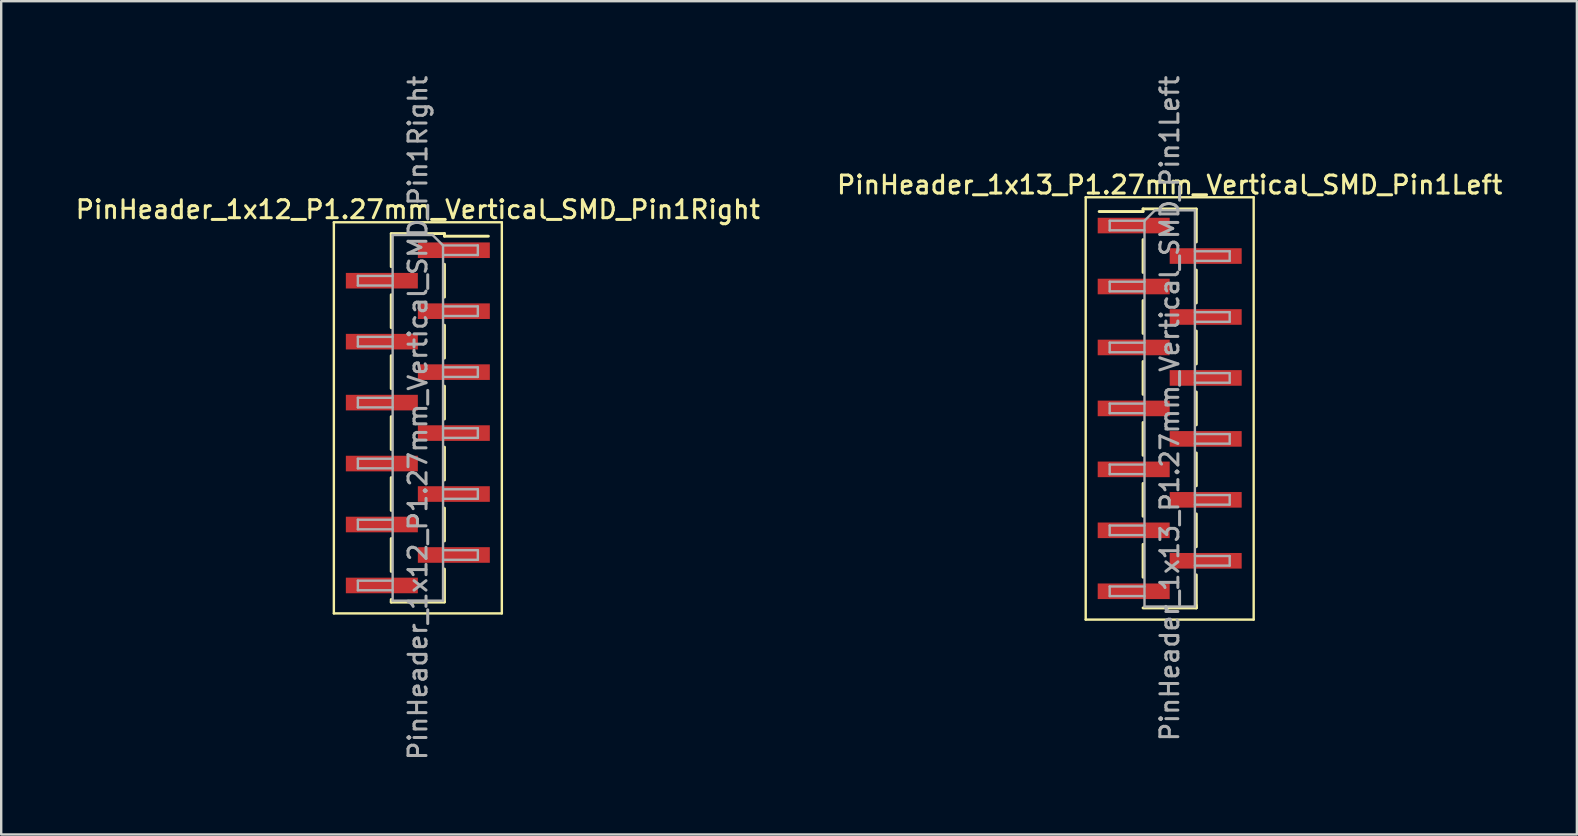
<source format=kicad_pcb>
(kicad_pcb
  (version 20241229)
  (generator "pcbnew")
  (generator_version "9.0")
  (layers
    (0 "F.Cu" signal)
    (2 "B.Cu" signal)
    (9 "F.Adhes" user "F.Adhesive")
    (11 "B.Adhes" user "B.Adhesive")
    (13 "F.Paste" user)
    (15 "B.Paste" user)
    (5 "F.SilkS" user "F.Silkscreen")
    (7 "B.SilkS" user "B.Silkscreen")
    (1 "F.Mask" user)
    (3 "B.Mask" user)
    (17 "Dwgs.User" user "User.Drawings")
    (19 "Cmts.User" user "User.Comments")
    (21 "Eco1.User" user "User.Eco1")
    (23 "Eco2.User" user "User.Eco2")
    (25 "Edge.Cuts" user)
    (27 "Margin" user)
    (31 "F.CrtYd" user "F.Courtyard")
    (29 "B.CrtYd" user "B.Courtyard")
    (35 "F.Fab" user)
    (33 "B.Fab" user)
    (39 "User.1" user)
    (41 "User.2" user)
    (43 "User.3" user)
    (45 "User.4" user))
  (footprint "PinHeader_1x13_P1.27mm_Vertical_SMD_Pin1Left"
    (layer "F.Cu")
    (at 45.695 13.97)
    (property "Reference" "PinHeader_1x13_P1.27mm_Vertical_SMD_Pin1Left" (at 0 -9.315 0) (layer "F.SilkS") (effects (font (size 0.75 0.75) (thickness 0.125))))
    (attr smd)
    (fp_line (start -3.5 -8.8) (end -3.5 8.8) (stroke (width 0.1) (type solid)) (layer "F.SilkS"))
    (fp_line (start -3.5 8.8) (end 3.5 8.8) (stroke (width 0.1) (type solid)) (layer "F.SilkS"))
    (fp_line (start -1.11 -8.315) (end -1.11 -8.205) (stroke (width 0.12) (type solid)) (layer "F.SilkS"))
    (fp_line (start -1.11 -8.315) (end 1.11 -8.315) (stroke (width 0.12) (type solid)) (layer "F.SilkS"))
    (fp_line (start -1.11 -8.205) (end -2.94 -8.205) (stroke (width 0.12) (type solid)) (layer "F.SilkS"))
    (fp_line (start -1.11 -7.035) (end -1.11 -5.665) (stroke (width 0.12) (type solid)) (layer "F.SilkS"))
    (fp_line (start -1.11 -4.495) (end -1.11 -3.125) (stroke (width 0.12) (type solid)) (layer "F.SilkS"))
    (fp_line (start -1.11 -1.955) (end -1.11 -0.585) (stroke (width 0.12) (type solid)) (layer "F.SilkS"))
    (fp_line (start -1.11 0.585) (end -1.11 1.955) (stroke (width 0.12) (type solid)) (layer "F.SilkS"))
    (fp_line (start -1.11 3.125) (end -1.11 4.495) (stroke (width 0.12) (type solid)) (layer "F.SilkS"))
    (fp_line (start -1.11 5.665) (end -1.11 7.035) (stroke (width 0.12) (type solid)) (layer "F.SilkS"))
    (fp_line (start -1.11 8.315) (end 1.11 8.315) (stroke (width 0.12) (type solid)) (layer "F.SilkS"))
    (fp_line (start 1.11 -8.305) (end 1.11 -6.935) (stroke (width 0.12) (type solid)) (layer "F.SilkS"))
    (fp_line (start 1.11 -5.765) (end 1.11 -4.395) (stroke (width 0.12) (type solid)) (layer "F.SilkS"))
    (fp_line (start 1.11 -3.225) (end 1.11 -1.855) (stroke (width 0.12) (type solid)) (layer "F.SilkS"))
    (fp_line (start 1.11 -0.685) (end 1.11 0.685) (stroke (width 0.12) (type solid)) (layer "F.SilkS"))
    (fp_line (start 1.11 1.855) (end 1.11 3.225) (stroke (width 0.12) (type solid)) (layer "F.SilkS"))
    (fp_line (start 1.11 4.395) (end 1.11 5.765) (stroke (width 0.12) (type solid)) (layer "F.SilkS"))
    (fp_line (start 1.11 6.935) (end 1.11 8.305) (stroke (width 0.12) (type solid)) (layer "F.SilkS"))
    (fp_line (start 1.11 8.205) (end 1.11 8.315) (stroke (width 0.12) (type solid)) (layer "F.SilkS"))
    (fp_line (start 3.5 -8.8) (end -3.5 -8.8) (stroke (width 0.1) (type solid)) (layer "F.SilkS"))
    (fp_line (start 3.5 8.8) (end 3.5 -8.8) (stroke (width 0.1) (type solid)) (layer "F.SilkS"))
    (fp_line (start -2.5 -7.82) (end -2.5 -7.42) (stroke (width 0.1) (type solid)) (layer "F.Fab"))
    (fp_line (start -2.5 -7.42) (end -1.05 -7.42) (stroke (width 0.1) (type solid)) (layer "F.Fab"))
    (fp_line (start -2.5 -5.28) (end -2.5 -4.88) (stroke (width 0.1) (type solid)) (layer "F.Fab"))
    (fp_line (start -2.5 -4.88) (end -1.05 -4.88) (stroke (width 0.1) (type solid)) (layer "F.Fab"))
    (fp_line (start -2.5 -2.74) (end -2.5 -2.34) (stroke (width 0.1) (type solid)) (layer "F.Fab"))
    (fp_line (start -2.5 -2.34) (end -1.05 -2.34) (stroke (width 0.1) (type solid)) (layer "F.Fab"))
    (fp_line (start -2.5 -0.2) (end -2.5 0.2) (stroke (width 0.1) (type solid)) (layer "F.Fab"))
    (fp_line (start -2.5 0.2) (end -1.05 0.2) (stroke (width 0.1) (type solid)) (layer "F.Fab"))
    (fp_line (start -2.5 2.34) (end -2.5 2.74) (stroke (width 0.1) (type solid)) (layer "F.Fab"))
    (fp_line (start -2.5 2.74) (end -1.05 2.74) (stroke (width 0.1) (type solid)) (layer "F.Fab"))
    (fp_line (start -2.5 4.88) (end -2.5 5.28) (stroke (width 0.1) (type solid)) (layer "F.Fab"))
    (fp_line (start -2.5 5.28) (end -1.05 5.28) (stroke (width 0.1) (type solid)) (layer "F.Fab"))
    (fp_line (start -2.5 7.42) (end -2.5 7.82) (stroke (width 0.1) (type solid)) (layer "F.Fab"))
    (fp_line (start -2.5 7.82) (end -1.05 7.82) (stroke (width 0.1) (type solid)) (layer "F.Fab"))
    (fp_line (start -1.05 -7.82) (end -2.5 -7.82) (stroke (width 0.1) (type solid)) (layer "F.Fab"))
    (fp_line (start -1.05 -7.82) (end -0.615 -8.255) (stroke (width 0.1) (type solid)) (layer "F.Fab"))
    (fp_line (start -1.05 -5.28) (end -2.5 -5.28) (stroke (width 0.1) (type solid)) (layer "F.Fab"))
    (fp_line (start -1.05 -2.74) (end -2.5 -2.74) (stroke (width 0.1) (type solid)) (layer "F.Fab"))
    (fp_line (start -1.05 -0.2) (end -2.5 -0.2) (stroke (width 0.1) (type solid)) (layer "F.Fab"))
    (fp_line (start -1.05 2.34) (end -2.5 2.34) (stroke (width 0.1) (type solid)) (layer "F.Fab"))
    (fp_line (start -1.05 4.88) (end -2.5 4.88) (stroke (width 0.1) (type solid)) (layer "F.Fab"))
    (fp_line (start -1.05 7.42) (end -2.5 7.42) (stroke (width 0.1) (type solid)) (layer "F.Fab"))
    (fp_line (start -1.05 8.255) (end -1.05 -7.82) (stroke (width 0.1) (type solid)) (layer "F.Fab"))
    (fp_line (start -0.615 -8.255) (end 1.05 -8.255) (stroke (width 0.1) (type solid)) (layer "F.Fab"))
    (fp_line (start 1.05 -8.255) (end 1.05 8.255) (stroke (width 0.1) (type solid)) (layer "F.Fab"))
    (fp_line (start 1.05 -6.55) (end 2.5 -6.55) (stroke (width 0.1) (type solid)) (layer "F.Fab"))
    (fp_line (start 1.05 -4.01) (end 2.5 -4.01) (stroke (width 0.1) (type solid)) (layer "F.Fab"))
    (fp_line (start 1.05 -1.47) (end 2.5 -1.47) (stroke (width 0.1) (type solid)) (layer "F.Fab"))
    (fp_line (start 1.05 1.07) (end 2.5 1.07) (stroke (width 0.1) (type solid)) (layer "F.Fab"))
    (fp_line (start 1.05 3.61) (end 2.5 3.61) (stroke (width 0.1) (type solid)) (layer "F.Fab"))
    (fp_line (start 1.05 6.15) (end 2.5 6.15) (stroke (width 0.1) (type solid)) (layer "F.Fab"))
    (fp_line (start 1.05 8.255) (end -1.05 8.255) (stroke (width 0.1) (type solid)) (layer "F.Fab"))
    (fp_line (start 2.5 -6.55) (end 2.5 -6.15) (stroke (width 0.1) (type solid)) (layer "F.Fab"))
    (fp_line (start 2.5 -6.15) (end 1.05 -6.15) (stroke (width 0.1) (type solid)) (layer "F.Fab"))
    (fp_line (start 2.5 -4.01) (end 2.5 -3.61) (stroke (width 0.1) (type solid)) (layer "F.Fab"))
    (fp_line (start 2.5 -3.61) (end 1.05 -3.61) (stroke (width 0.1) (type solid)) (layer "F.Fab"))
    (fp_line (start 2.5 -1.47) (end 2.5 -1.07) (stroke (width 0.1) (type solid)) (layer "F.Fab"))
    (fp_line (start 2.5 -1.07) (end 1.05 -1.07) (stroke (width 0.1) (type solid)) (layer "F.Fab"))
    (fp_line (start 2.5 1.07) (end 2.5 1.47) (stroke (width 0.1) (type solid)) (layer "F.Fab"))
    (fp_line (start 2.5 1.47) (end 1.05 1.47) (stroke (width 0.1) (type solid)) (layer "F.Fab"))
    (fp_line (start 2.5 3.61) (end 2.5 4.01) (stroke (width 0.1) (type solid)) (layer "F.Fab"))
    (fp_line (start 2.5 4.01) (end 1.05 4.01) (stroke (width 0.1) (type solid)) (layer "F.Fab"))
    (fp_line (start 2.5 6.15) (end 2.5 6.55) (stroke (width 0.1) (type solid)) (layer "F.Fab"))
    (fp_line (start 2.5 6.55) (end 1.05 6.55) (stroke (width 0.1) (type solid)) (layer "F.Fab"))
    (fp_text user "${REFERENCE}" (at 0 0 90) (layer "F.Fab") (effects (font (size 0.75 0.75) (thickness 0.125))))
    (pad "1" smd rect (at -1.5 -7.62) (size 3 0.65) (layers "F.Cu" "F.Mask" "F.Paste"))
    (pad "2" smd rect (at 1.5 -6.35) (size 3 0.65) (layers "F.Cu" "F.Mask" "F.Paste"))
    (pad "3" smd rect (at -1.5 -5.08) (size 3 0.65) (layers "F.Cu" "F.Mask" "F.Paste"))
    (pad "4" smd rect (at 1.5 -3.81) (size 3 0.65) (layers "F.Cu" "F.Mask" "F.Paste"))
    (pad "5" smd rect (at -1.5 -2.54) (size 3 0.65) (layers "F.Cu" "F.Mask" "F.Paste"))
    (pad "6" smd rect (at 1.5 -1.27) (size 3 0.65) (layers "F.Cu" "F.Mask" "F.Paste"))
    (pad "7" smd rect (at -1.5 0) (size 3 0.65) (layers "F.Cu" "F.Mask" "F.Paste"))
    (pad "8" smd rect (at 1.5 1.27) (size 3 0.65) (layers "F.Cu" "F.Mask" "F.Paste"))
    (pad "9" smd rect (at -1.5 2.54) (size 3 0.65) (layers "F.Cu" "F.Mask" "F.Paste"))
    (pad "10" smd rect (at 1.5 3.81) (size 3 0.65) (layers "F.Cu" "F.Mask" "F.Paste"))
    (pad "11" smd rect (at -1.5 5.08) (size 3 0.65) (layers "F.Cu" "F.Mask" "F.Paste"))
    (pad "12" smd rect (at 1.5 6.35) (size 3 0.65) (layers "F.Cu" "F.Mask" "F.Paste"))
    (pad "13" smd rect (at -1.5 7.62) (size 3 0.65) (layers "F.Cu" "F.Mask" "F.Paste")))
  (footprint "PinHeader_1x12_P1.27mm_Vertical_SMD_Pin1Right"
    (layer "F.Cu")
    (at 14.363 14.363)
    (property "Reference" "PinHeader_1x12_P1.27mm_Vertical_SMD_Pin1Right" (at 0 -8.68 0) (layer "F.SilkS") (effects (font (size 0.75 0.75) (thickness 0.125))))
    (attr smd)
    (fp_line (start -3.5 -8.15) (end -3.5 8.15) (stroke (width 0.1) (type solid)) (layer "F.SilkS"))
    (fp_line (start -3.5 8.15) (end 3.5 8.15) (stroke (width 0.1) (type solid)) (layer "F.SilkS"))
    (fp_line (start -1.11 -7.68) (end 1.11 -7.68) (stroke (width 0.12) (type solid)) (layer "F.SilkS"))
    (fp_line (start -1.11 -7.67) (end -1.11 -6.3) (stroke (width 0.12) (type solid)) (layer "F.SilkS"))
    (fp_line (start -1.11 -5.13) (end -1.11 -3.76) (stroke (width 0.12) (type solid)) (layer "F.SilkS"))
    (fp_line (start -1.11 -2.59) (end -1.11 -1.22) (stroke (width 0.12) (type solid)) (layer "F.SilkS"))
    (fp_line (start -1.11 -0.05) (end -1.11 1.32) (stroke (width 0.12) (type solid)) (layer "F.SilkS"))
    (fp_line (start -1.11 2.49) (end -1.11 3.86) (stroke (width 0.12) (type solid)) (layer "F.SilkS"))
    (fp_line (start -1.11 5.03) (end -1.11 6.4) (stroke (width 0.12) (type solid)) (layer "F.SilkS"))
    (fp_line (start -1.11 7.57) (end -1.11 7.68) (stroke (width 0.12) (type solid)) (layer "F.SilkS"))
    (fp_line (start -1.11 7.68) (end 1.11 7.68) (stroke (width 0.12) (type solid)) (layer "F.SilkS"))
    (fp_line (start 1.11 -7.68) (end 1.11 -7.57) (stroke (width 0.12) (type solid)) (layer "F.SilkS"))
    (fp_line (start 1.11 -7.57) (end 2.94 -7.57) (stroke (width 0.12) (type solid)) (layer "F.SilkS"))
    (fp_line (start 1.11 -6.4) (end 1.11 -5.03) (stroke (width 0.12) (type solid)) (layer "F.SilkS"))
    (fp_line (start 1.11 -3.86) (end 1.11 -2.49) (stroke (width 0.12) (type solid)) (layer "F.SilkS"))
    (fp_line (start 1.11 -1.32) (end 1.11 0.05) (stroke (width 0.12) (type solid)) (layer "F.SilkS"))
    (fp_line (start 1.11 1.22) (end 1.11 2.59) (stroke (width 0.12) (type solid)) (layer "F.SilkS"))
    (fp_line (start 1.11 3.76) (end 1.11 5.13) (stroke (width 0.12) (type solid)) (layer "F.SilkS"))
    (fp_line (start 1.11 6.3) (end 1.11 7.67) (stroke (width 0.12) (type solid)) (layer "F.SilkS"))
    (fp_line (start 3.5 -8.15) (end -3.5 -8.15) (stroke (width 0.1) (type solid)) (layer "F.SilkS"))
    (fp_line (start 3.5 8.15) (end 3.5 -8.15) (stroke (width 0.1) (type solid)) (layer "F.SilkS"))
    (fp_line (start -2.5 -5.915) (end -2.5 -5.515) (stroke (width 0.1) (type solid)) (layer "F.Fab"))
    (fp_line (start -2.5 -5.515) (end -1.05 -5.515) (stroke (width 0.1) (type solid)) (layer "F.Fab"))
    (fp_line (start -2.5 -3.375) (end -2.5 -2.975) (stroke (width 0.1) (type solid)) (layer "F.Fab"))
    (fp_line (start -2.5 -2.975) (end -1.05 -2.975) (stroke (width 0.1) (type solid)) (layer "F.Fab"))
    (fp_line (start -2.5 -0.835) (end -2.5 -0.435) (stroke (width 0.1) (type solid)) (layer "F.Fab"))
    (fp_line (start -2.5 -0.435) (end -1.05 -0.435) (stroke (width 0.1) (type solid)) (layer "F.Fab"))
    (fp_line (start -2.5 1.705) (end -2.5 2.105) (stroke (width 0.1) (type solid)) (layer "F.Fab"))
    (fp_line (start -2.5 2.105) (end -1.05 2.105) (stroke (width 0.1) (type solid)) (layer "F.Fab"))
    (fp_line (start -2.5 4.245) (end -2.5 4.645) (stroke (width 0.1) (type solid)) (layer "F.Fab"))
    (fp_line (start -2.5 4.645) (end -1.05 4.645) (stroke (width 0.1) (type solid)) (layer "F.Fab"))
    (fp_line (start -2.5 6.785) (end -2.5 7.185) (stroke (width 0.1) (type solid)) (layer "F.Fab"))
    (fp_line (start -2.5 7.185) (end -1.05 7.185) (stroke (width 0.1) (type solid)) (layer "F.Fab"))
    (fp_line (start -1.05 -7.62) (end -1.05 7.62) (stroke (width 0.1) (type solid)) (layer "F.Fab"))
    (fp_line (start -1.05 -7.62) (end 0.615 -7.62) (stroke (width 0.1) (type solid)) (layer "F.Fab"))
    (fp_line (start -1.05 -5.915) (end -2.5 -5.915) (stroke (width 0.1) (type solid)) (layer "F.Fab"))
    (fp_line (start -1.05 -3.375) (end -2.5 -3.375) (stroke (width 0.1) (type solid)) (layer "F.Fab"))
    (fp_line (start -1.05 -0.835) (end -2.5 -0.835) (stroke (width 0.1) (type solid)) (layer "F.Fab"))
    (fp_line (start -1.05 1.705) (end -2.5 1.705) (stroke (width 0.1) (type solid)) (layer "F.Fab"))
    (fp_line (start -1.05 4.245) (end -2.5 4.245) (stroke (width 0.1) (type solid)) (layer "F.Fab"))
    (fp_line (start -1.05 6.785) (end -2.5 6.785) (stroke (width 0.1) (type solid)) (layer "F.Fab"))
    (fp_line (start 1.05 -7.185) (end 0.615 -7.62) (stroke (width 0.1) (type solid)) (layer "F.Fab"))
    (fp_line (start 1.05 -7.185) (end 2.5 -7.185) (stroke (width 0.1) (type solid)) (layer "F.Fab"))
    (fp_line (start 1.05 -4.645) (end 2.5 -4.645) (stroke (width 0.1) (type solid)) (layer "F.Fab"))
    (fp_line (start 1.05 -2.105) (end 2.5 -2.105) (stroke (width 0.1) (type solid)) (layer "F.Fab"))
    (fp_line (start 1.05 0.435) (end 2.5 0.435) (stroke (width 0.1) (type solid)) (layer "F.Fab"))
    (fp_line (start 1.05 2.975) (end 2.5 2.975) (stroke (width 0.1) (type solid)) (layer "F.Fab"))
    (fp_line (start 1.05 5.515) (end 2.5 5.515) (stroke (width 0.1) (type solid)) (layer "F.Fab"))
    (fp_line (start 1.05 7.62) (end -1.05 7.62) (stroke (width 0.1) (type solid)) (layer "F.Fab"))
    (fp_line (start 1.05 7.62) (end 1.05 -7.185) (stroke (width 0.1) (type solid)) (layer "F.Fab"))
    (fp_line (start 2.5 -7.185) (end 2.5 -6.785) (stroke (width 0.1) (type solid)) (layer "F.Fab"))
    (fp_line (start 2.5 -6.785) (end 1.05 -6.785) (stroke (width 0.1) (type solid)) (layer "F.Fab"))
    (fp_line (start 2.5 -4.645) (end 2.5 -4.245) (stroke (width 0.1) (type solid)) (layer "F.Fab"))
    (fp_line (start 2.5 -4.245) (end 1.05 -4.245) (stroke (width 0.1) (type solid)) (layer "F.Fab"))
    (fp_line (start 2.5 -2.105) (end 2.5 -1.705) (stroke (width 0.1) (type solid)) (layer "F.Fab"))
    (fp_line (start 2.5 -1.705) (end 1.05 -1.705) (stroke (width 0.1) (type solid)) (layer "F.Fab"))
    (fp_line (start 2.5 0.435) (end 2.5 0.835) (stroke (width 0.1) (type solid)) (layer "F.Fab"))
    (fp_line (start 2.5 0.835) (end 1.05 0.835) (stroke (width 0.1) (type solid)) (layer "F.Fab"))
    (fp_line (start 2.5 2.975) (end 2.5 3.375) (stroke (width 0.1) (type solid)) (layer "F.Fab"))
    (fp_line (start 2.5 3.375) (end 1.05 3.375) (stroke (width 0.1) (type solid)) (layer "F.Fab"))
    (fp_line (start 2.5 5.515) (end 2.5 5.915) (stroke (width 0.1) (type solid)) (layer "F.Fab"))
    (fp_line (start 2.5 5.915) (end 1.05 5.915) (stroke (width 0.1) (type solid)) (layer "F.Fab"))
    (fp_text user "${REFERENCE}" (at 0 0 90) (layer "F.Fab") (effects (font (size 0.75 0.75) (thickness 0.125))))
    (pad "1" smd rect (at 1.5 -6.985) (size 3 0.65) (layers "F.Cu" "F.Mask" "F.Paste"))
    (pad "2" smd rect (at -1.5 -5.715) (size 3 0.65) (layers "F.Cu" "F.Mask" "F.Paste"))
    (pad "3" smd rect (at 1.5 -4.445) (size 3 0.65) (layers "F.Cu" "F.Mask" "F.Paste"))
    (pad "4" smd rect (at -1.5 -3.175) (size 3 0.65) (layers "F.Cu" "F.Mask" "F.Paste"))
    (pad "5" smd rect (at 1.5 -1.905) (size 3 0.65) (layers "F.Cu" "F.Mask" "F.Paste"))
    (pad "6" smd rect (at -1.5 -0.635) (size 3 0.65) (layers "F.Cu" "F.Mask" "F.Paste"))
    (pad "7" smd rect (at 1.5 0.635) (size 3 0.65) (layers "F.Cu" "F.Mask" "F.Paste"))
    (pad "8" smd rect (at -1.5 1.905) (size 3 0.65) (layers "F.Cu" "F.Mask" "F.Paste"))
    (pad "9" smd rect (at 1.5 3.175) (size 3 0.65) (layers "F.Cu" "F.Mask" "F.Paste"))
    (pad "10" smd rect (at -1.5 4.445) (size 3 0.65) (layers "F.Cu" "F.Mask" "F.Paste"))
    (pad "11" smd rect (at 1.5 5.715) (size 3 0.65) (layers "F.Cu" "F.Mask" "F.Paste"))
    (pad "12" smd rect (at -1.5 6.985) (size 3 0.65) (layers "F.Cu" "F.Mask" "F.Paste")))
  (gr_rect
    (start -3 -3)
    (end 62.664 31.725)
    (stroke (width 0.1) (type default))
    (fill no)
    (layer "Edge.Cuts")))
</source>
